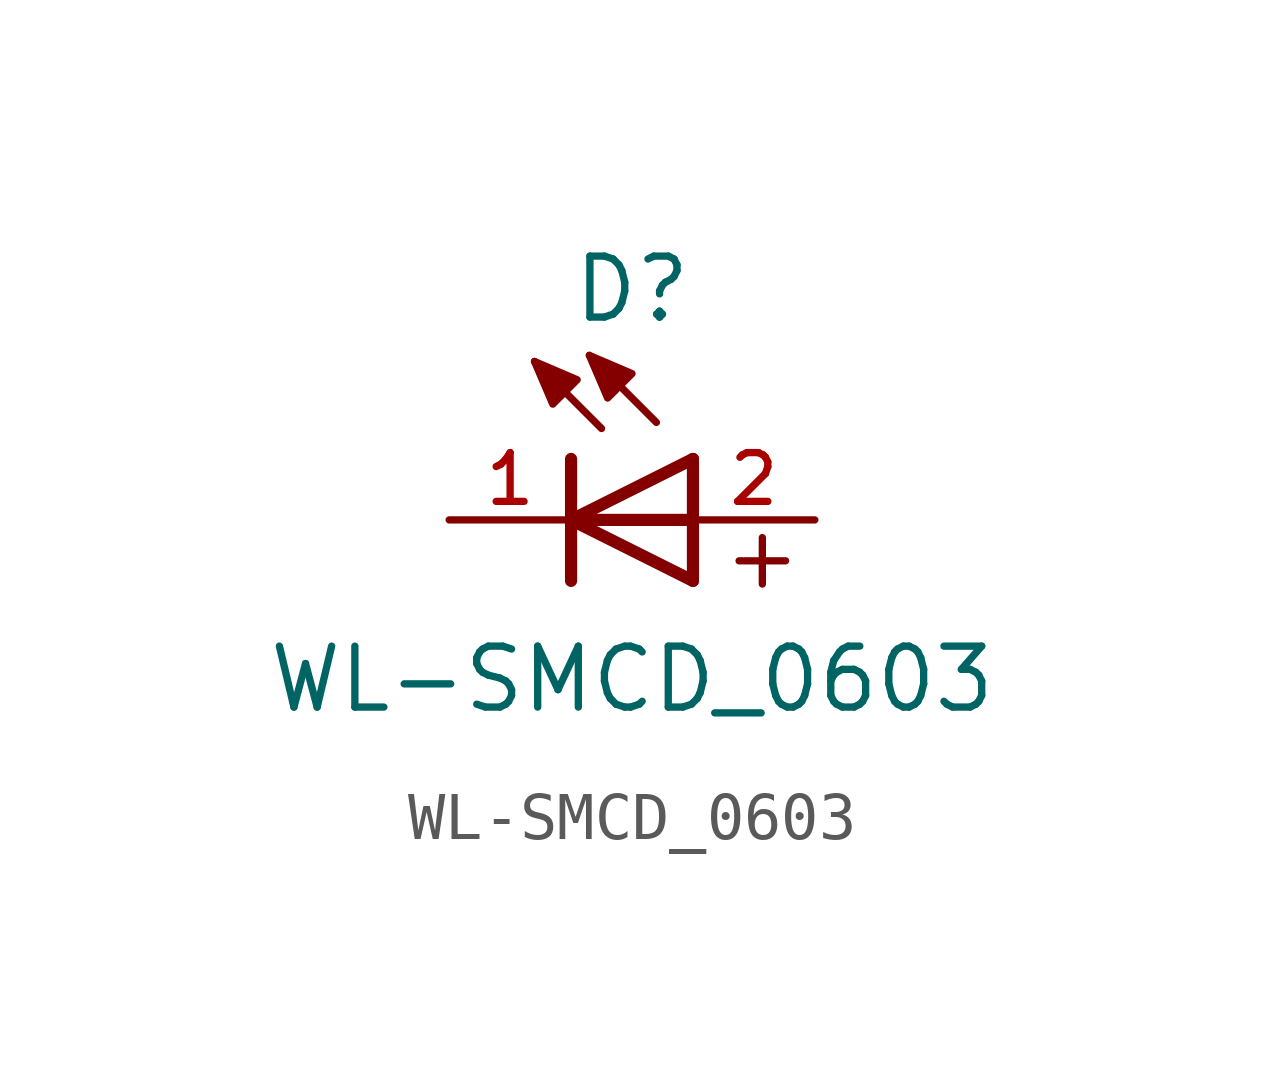
<source format=kicad_sym>
(kicad_symbol_lib
  (version 20211014)
  (generator kicad_symbol_editor)
  (symbol "WL-SMCD_0603"
    (pin_names
      (offset 1.016))
    (property "Reference" "D"
      (at 1.27 4.064 0)
      (effects (font (size 1.27 1.27)) (justify bottom)))
    (property "Value" "WL-SMCD_0603"
      (at 1.27 -4.064 0)
      (effects (font (size 1.27 1.27)) (justify bottom)))
    (symbol "WL-SMCD_0603_0_0"
      (polyline (pts (xy 2.54 -1.27) (xy 0.0 0.0)) (stroke (width 0.254)))
      (polyline (pts (xy 0.0 0.0) (xy 2.54 1.27)) (stroke (width 0.254)))
      (polyline (pts (xy 0.0 -1.27) (xy 0.0 1.27)) (stroke (width 0.254)))
      (polyline (pts (xy 2.54 -1.27) (xy 2.54 1.27)) (stroke (width 0.254)))
      (polyline (pts (xy 1.778 2.032) (xy 0.381 3.429)) (stroke (width 0.152)))
      (polyline (pts (xy 0.635 1.905) (xy -0.762 3.302)) (stroke (width 0.152)))
      (polyline (pts (xy 0.0 0.0) (xy 2.54 0.0)) (stroke (width 0.254)))
      (text "+" (at 3.1 -1.5 0) (effects (font (size 1.27 1.27)) (justify bottom left)))
      (polyline (pts (xy 0.381 3.429) (xy 1.27 3.048) (xy 0.762 2.54) (xy 0.381 3.429)) (stroke (width 0.152)) (fill (type outline)))
      (polyline (pts (xy -0.762 3.302) (xy 0.127 2.921) (xy -0.381 2.413) (xy -0.762 3.302)) (stroke (width 0.152)) (fill (type outline)))
      (pin passive line (at -2.54 0.0 0) (length 2.54) (name "~" (effects (font (size 1.016 1.016)))) (number "1" (effects (font (size 1.016 1.016)))))
      (pin passive line (at 5.08 0.0 180.0) (length 2.54) (name "~" (effects (font (size 1.016 1.016)))) (number "2" (effects (font (size 1.016 1.016))))))))
</source>
